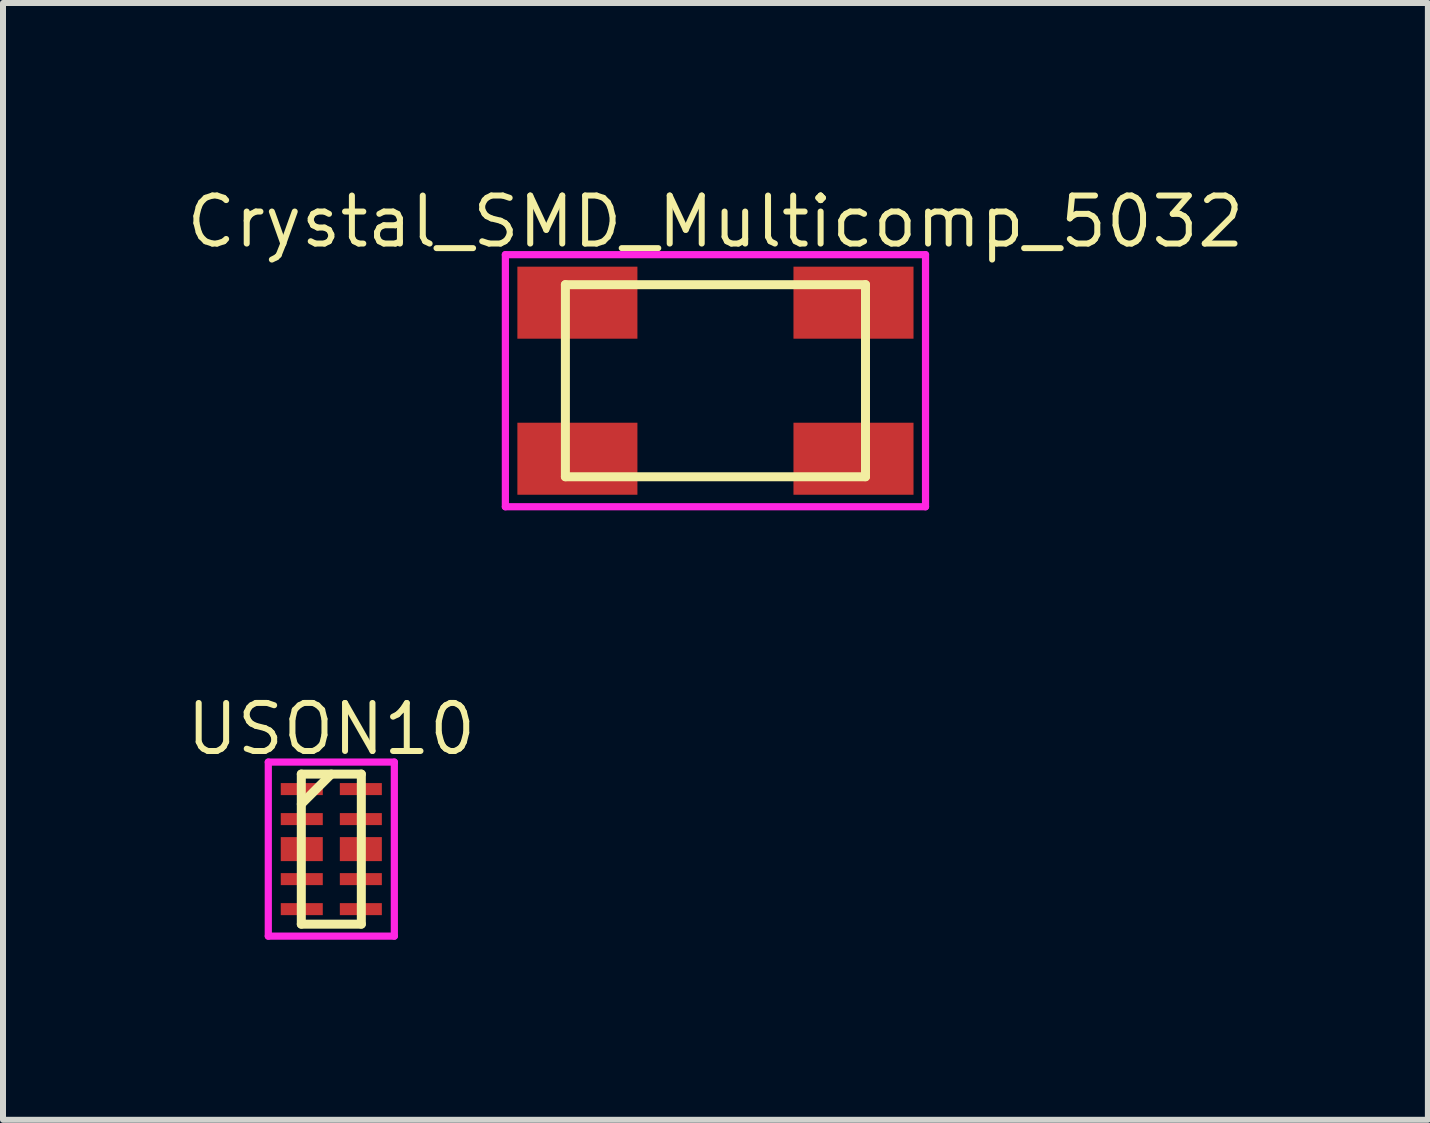
<source format=kicad_pcb>
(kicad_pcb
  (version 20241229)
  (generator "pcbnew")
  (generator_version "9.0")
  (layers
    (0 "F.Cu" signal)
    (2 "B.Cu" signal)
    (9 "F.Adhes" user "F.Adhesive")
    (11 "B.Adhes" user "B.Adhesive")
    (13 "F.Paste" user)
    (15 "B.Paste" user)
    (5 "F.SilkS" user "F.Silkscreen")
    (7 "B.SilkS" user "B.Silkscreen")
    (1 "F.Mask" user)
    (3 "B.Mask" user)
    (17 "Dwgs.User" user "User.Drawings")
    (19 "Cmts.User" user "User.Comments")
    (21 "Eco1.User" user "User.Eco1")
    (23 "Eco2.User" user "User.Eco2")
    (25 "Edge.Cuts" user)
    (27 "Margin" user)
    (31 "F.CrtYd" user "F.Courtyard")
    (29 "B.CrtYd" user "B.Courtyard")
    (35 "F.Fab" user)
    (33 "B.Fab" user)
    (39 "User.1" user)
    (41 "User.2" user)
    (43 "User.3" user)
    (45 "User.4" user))
  (footprint "USON10"
    (layer "F.Cu")
    (at 2.47 11.097)
    (property "Reference" "USON10" (at 0 -2 0) (layer "F.SilkS") (effects (font (size 0.8 0.8) (thickness 0.1))))
    (attr smd)
    (fp_line (start -0.5 -1.25) (end 0.5 -1.25) (stroke (width 0.15) (type solid)) (layer "F.SilkS"))
    (fp_line (start -0.5 1.25) (end -0.5 -1.25) (stroke (width 0.15) (type solid)) (layer "F.SilkS"))
    (fp_line (start 0 -1.25) (end -0.5 -0.75) (stroke (width 0.15) (type solid)) (layer "F.SilkS"))
    (fp_line (start 0.5 -1.25) (end 0.5 1.25) (stroke (width 0.15) (type solid)) (layer "F.SilkS"))
    (fp_line (start 0.5 1.25) (end -0.5 1.25) (stroke (width 0.15) (type solid)) (layer "F.SilkS"))
    (fp_line (start -1.05 -1.45) (end 1.05 -1.45) (stroke (width 0.12) (type solid)) (layer "F.CrtYd"))
    (fp_line (start -1.05 1.45) (end -1.05 -1.45) (stroke (width 0.12) (type solid)) (layer "F.CrtYd"))
    (fp_line (start 1.05 -1.45) (end 1.05 1.45) (stroke (width 0.12) (type solid)) (layer "F.CrtYd"))
    (fp_line (start 1.05 1.45) (end -1.05 1.45) (stroke (width 0.12) (type solid)) (layer "F.CrtYd"))
    (pad "1" smd rect (at -0.492 -1) (size 0.7 0.2) (layers "F.Cu" "F.Mask" "F.Paste"))
    (pad "2" smd rect (at -0.492 -0.5) (size 0.7 0.2) (layers "F.Cu" "F.Mask" "F.Paste"))
    (pad "3" smd rect (at -0.492 0) (size 0.7 0.4) (layers "F.Cu" "F.Mask" "F.Paste"))
    (pad "4" smd rect (at -0.492 0.5) (size 0.7 0.2) (layers "F.Cu" "F.Mask" "F.Paste"))
    (pad "5" smd rect (at -0.492 1) (size 0.7 0.2) (layers "F.Cu" "F.Mask" "F.Paste"))
    (pad "6" smd rect (at 0.492 1) (size 0.7 0.2) (layers "F.Cu" "F.Mask" "F.Paste"))
    (pad "7" smd rect (at 0.492 0.5) (size 0.7 0.2) (layers "F.Cu" "F.Mask" "F.Paste"))
    (pad "8" smd rect (at 0.492 0) (size 0.7 0.4) (layers "F.Cu" "F.Mask" "F.Paste"))
    (pad "9" smd rect (at 0.492 -0.5) (size 0.7 0.2) (layers "F.Cu" "F.Mask" "F.Paste"))
    (pad "10" smd rect (at 0.492 -1) (size 0.7 0.2) (layers "F.Cu" "F.Mask" "F.Paste")))
  (footprint "Crystal_SMD_Multicomp_5032"
    (layer "F.Cu")
    (at 8.87 3.293)
    (property "Reference" "Crystal_SMD_Multicomp_5032" (at 0 -2.65 0) (layer "F.SilkS") (effects (font (size 0.8 0.8) (thickness 0.1))))
    (attr through_hole)
    (fp_line (start -2.5 -1.6) (end 2.5 -1.6) (stroke (width 0.15) (type solid)) (layer "F.SilkS"))
    (fp_line (start -2.5 1.6) (end -2.5 -1.6) (stroke (width 0.15) (type solid)) (layer "F.SilkS"))
    (fp_line (start 2.5 -1.6) (end 2.5 1.6) (stroke (width 0.15) (type solid)) (layer "F.SilkS"))
    (fp_line (start 2.5 1.6) (end -2.5 1.6) (stroke (width 0.15) (type solid)) (layer "F.SilkS"))
    (fp_line (start -3.5 -2.1) (end 3.5 -2.1) (stroke (width 0.12) (type solid)) (layer "F.CrtYd"))
    (fp_line (start -3.5 2.1) (end -3.5 -2.1) (stroke (width 0.12) (type solid)) (layer "F.CrtYd"))
    (fp_line (start 3.5 -2.1) (end 3.5 2.1) (stroke (width 0.12) (type solid)) (layer "F.CrtYd"))
    (fp_line (start 3.5 2.1) (end -3.5 2.1) (stroke (width 0.12) (type solid)) (layer "F.CrtYd"))
    (pad "1" smd rect (at -2.3 1.3) (size 2 1.2) (layers "F.Cu" "F.Mask" "F.Paste"))
    (pad "2" smd rect (at 2.3 1.3) (size 2 1.2) (layers "F.Cu" "F.Mask" "F.Paste"))
    (pad "3" smd rect (at 2.3 -1.3 180) (size 2 1.2) (layers "F.Cu" "F.Mask" "F.Paste"))
    (pad "4" smd rect (at -2.3 -1.3 180) (size 2 1.2) (layers "F.Cu" "F.Mask" "F.Paste")))
  (gr_rect
    (start -3 -3)
    (end 20.74 15.607)
    (stroke (width 0.1) (type default))
    (fill no)
    (layer "Edge.Cuts")))
</source>
